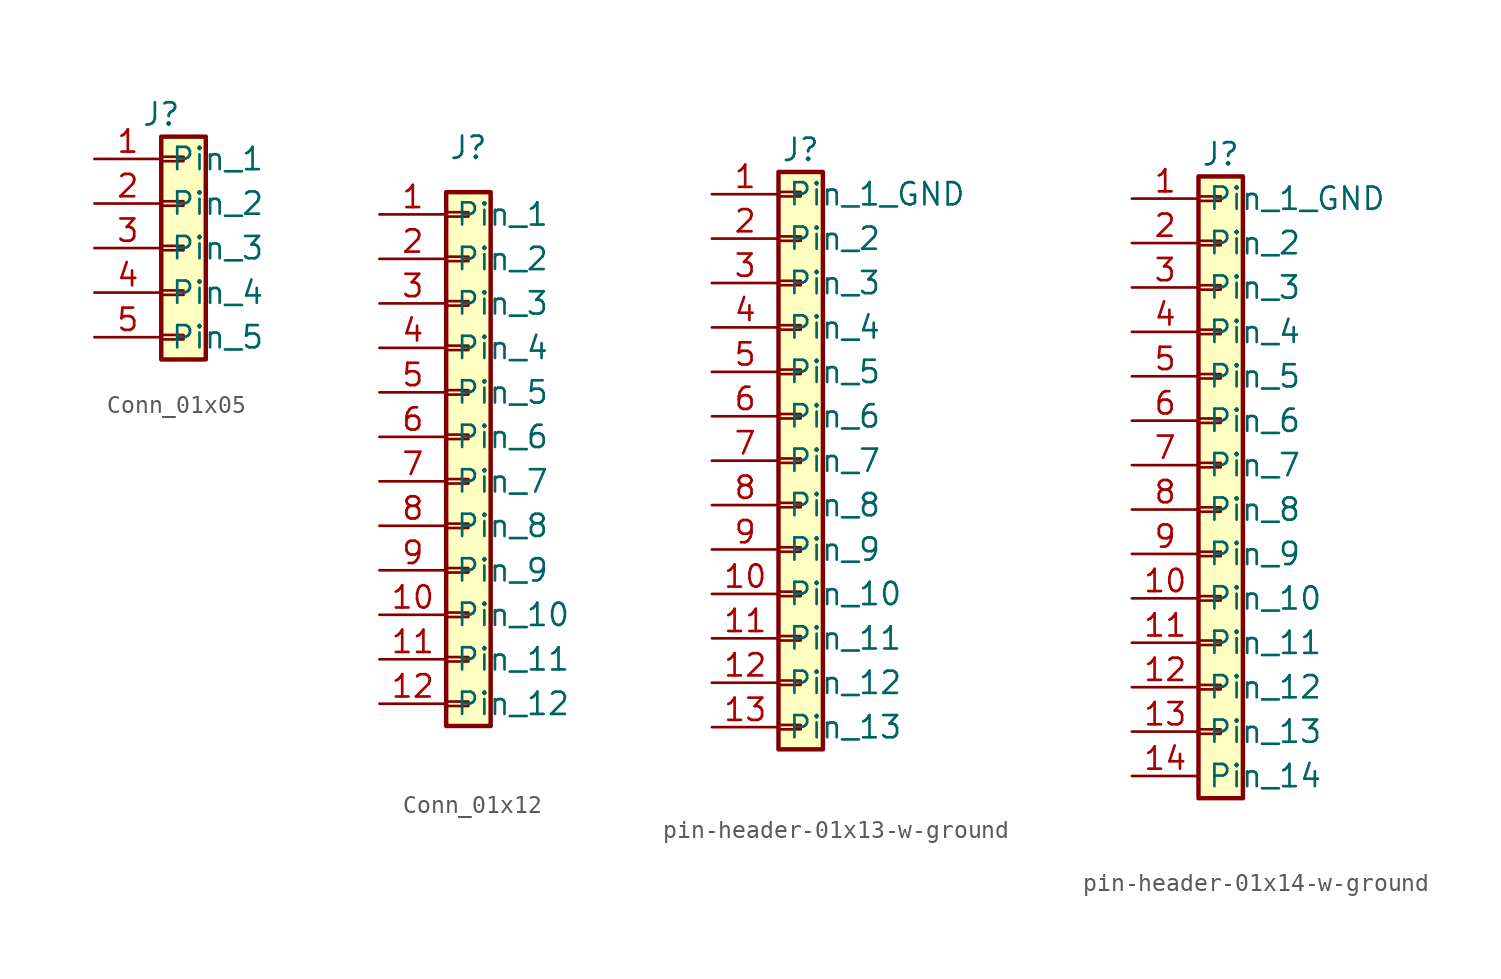
<source format=kicad_sym>
(kicad_symbol_lib
  (version 20220914)
  (generator kicad_symbol_editor)
  (symbol "Conn_01x05"
    (property "Reference" "J"
      (at -1.27 7.62 0)
      (effects (font (size 1.27 1.27))))
    (property "Value" ""
      (at 0 0 0)
      (effects (font (size 1.27 1.27))))
    (symbol "Conn_01x05_0_0"
      (pin passive line (at -5.08 -5.08 0) (length 3.81) (name "Pin_5" (effects (font (size 1.27 1.27)))) (number "5" (effects (font (size 1.27 1.27))))))
    (symbol "Conn_01x05_1_1"
      (rectangle (start -1.27 -4.953) (end 0 -5.207) (stroke (width 0.152) (type default)) (fill (type none)))
      (rectangle (start -1.27 -2.413) (end 0 -2.667) (stroke (width 0.152) (type default)) (fill (type none)))
      (rectangle (start -1.27 0.127) (end 0 -0.127) (stroke (width 0.152) (type default)) (fill (type none)))
      (rectangle (start -1.27 2.667) (end 0 2.413) (stroke (width 0.152) (type default)) (fill (type none)))
      (rectangle (start -1.27 5.207) (end 0 4.953) (stroke (width 0.152) (type default)) (fill (type none)))
      (rectangle (start -1.27 6.35) (end 1.27 -6.35) (stroke (width 0.254) (type default)) (fill (type background)))
      (pin passive line (at -5.08 5.08 0) (length 3.81) (name "Pin_1" (effects (font (size 1.27 1.27)))) (number "1" (effects (font (size 1.27 1.27)))))
      (pin passive line (at -5.08 2.54 0) (length 3.81) (name "Pin_2" (effects (font (size 1.27 1.27)))) (number "2" (effects (font (size 1.27 1.27)))))
      (pin passive line (at -5.08 0 0) (length 3.81) (name "Pin_3" (effects (font (size 1.27 1.27)))) (number "3" (effects (font (size 1.27 1.27)))))
      (pin passive line (at -5.08 -2.54 0) (length 3.81) (name "Pin_4" (effects (font (size 1.27 1.27)))) (number "4" (effects (font (size 1.27 1.27)))))))
  (symbol "Conn_01x12"
    (property "Reference" "J"
      (at 0 17.78 0)
      (effects (font (size 1.27 1.27))))
    (property "Value" ""
      (at 0 6.35 0)
      (effects (font (size 1.27 1.27))))
    (symbol "Conn_01x12_0_0"
      (pin passive line (at -5.08 3.81 0) (length 3.81) (name "Pin_5" (effects (font (size 1.27 1.27)))) (number "5" (effects (font (size 1.27 1.27)))))
      (pin passive line (at -5.08 1.27 0) (length 3.81) (name "Pin_6" (effects (font (size 1.27 1.27)))) (number "6" (effects (font (size 1.27 1.27)))))
      (pin passive line (at -5.08 -1.27 0) (length 3.81) (name "Pin_7" (effects (font (size 1.27 1.27)))) (number "7" (effects (font (size 1.27 1.27))))))
    (symbol "Conn_01x12_1_0"
      (pin passive line (at -5.08 -8.89 0) (length 3.81) (name "Pin_10" (effects (font (size 1.27 1.27)))) (number "10" (effects (font (size 1.27 1.27)))))
      (pin passive line (at -5.08 -11.43 0) (length 3.81) (name "Pin_11" (effects (font (size 1.27 1.27)))) (number "11" (effects (font (size 1.27 1.27)))))
      (pin passive line (at -5.08 -13.97 0) (length 3.81) (name "Pin_12" (effects (font (size 1.27 1.27)))) (number "12" (effects (font (size 1.27 1.27)))))
      (pin passive line (at -5.08 -3.81 0) (length 3.81) (name "Pin_8" (effects (font (size 1.27 1.27)))) (number "8" (effects (font (size 1.27 1.27)))))
      (pin passive line (at -5.08 -6.35 0) (length 3.81) (name "Pin_9" (effects (font (size 1.27 1.27)))) (number "9" (effects (font (size 1.27 1.27))))))
    (symbol "Conn_01x12_1_1"
      (rectangle (start -1.27 -13.843) (end 0 -14.097) (stroke (width 0.152) (type default)) (fill (type none)))
      (rectangle (start -1.27 -11.303) (end 0 -11.557) (stroke (width 0.152) (type default)) (fill (type none)))
      (rectangle (start -1.27 -8.763) (end 0 -9.017) (stroke (width 0.152) (type default)) (fill (type none)))
      (rectangle (start -1.27 -6.223) (end 0 -6.477) (stroke (width 0.152) (type default)) (fill (type none)))
      (rectangle (start -1.27 -3.683) (end 0 -3.937) (stroke (width 0.152) (type default)) (fill (type none)))
      (rectangle (start -1.27 -1.143) (end 0 -1.397) (stroke (width 0.152) (type default)) (fill (type none)))
      (rectangle (start -1.27 1.397) (end 0 1.143) (stroke (width 0.152) (type default)) (fill (type none)))
      (rectangle (start -1.27 3.937) (end 0 3.683) (stroke (width 0.152) (type default)) (fill (type none)))
      (rectangle (start -1.27 6.477) (end 0 6.223) (stroke (width 0.152) (type default)) (fill (type none)))
      (rectangle (start -1.27 9.017) (end 0 8.763) (stroke (width 0.152) (type default)) (fill (type none)))
      (rectangle (start -1.27 11.557) (end 0 11.303) (stroke (width 0.152) (type default)) (fill (type none)))
      (rectangle (start -1.27 14.097) (end 0 13.843) (stroke (width 0.152) (type default)) (fill (type none)))
      (rectangle (start -1.27 15.24) (end 1.27 -15.24) (stroke (width 0.254) (type default)) (fill (type background)))
      (pin passive line (at -5.08 13.97 0) (length 3.81) (name "Pin_1" (effects (font (size 1.27 1.27)))) (number "1" (effects (font (size 1.27 1.27)))))
      (pin passive line (at -5.08 11.43 0) (length 3.81) (name "Pin_2" (effects (font (size 1.27 1.27)))) (number "2" (effects (font (size 1.27 1.27)))))
      (pin passive line (at -5.08 8.89 0) (length 3.81) (name "Pin_3" (effects (font (size 1.27 1.27)))) (number "3" (effects (font (size 1.27 1.27)))))
      (pin passive line (at -5.08 6.35 0) (length 3.81) (name "Pin_4" (effects (font (size 1.27 1.27)))) (number "4" (effects (font (size 1.27 1.27)))))))
  (symbol "pin-header-01x13-w-ground"
    (property "Reference" "J"
      (at 0 0 0)
      (effects (font (size 1.27 1.27))))
    (property "Value" ""
      (at 0 0 0)
      (effects (font (size 1.27 1.27))))
    (symbol "pin-header-01x13-w-ground_0_0"
      (pin passive line (at -5.08 -12.7 0) (length 3.81) (name "Pin_5" (effects (font (size 1.27 1.27)))) (number "5" (effects (font (size 1.27 1.27)))))
      (pin passive line (at -5.08 -15.24 0) (length 3.81) (name "Pin_6" (effects (font (size 1.27 1.27)))) (number "6" (effects (font (size 1.27 1.27)))))
      (pin passive line (at -5.08 -17.78 0) (length 3.81) (name "Pin_7" (effects (font (size 1.27 1.27)))) (number "7" (effects (font (size 1.27 1.27)))))
      (pin passive line (at -5.08 -20.32 0) (length 3.81) (name "Pin_8" (effects (font (size 1.27 1.27)))) (number "8" (effects (font (size 1.27 1.27))))))
    (symbol "pin-header-01x13-w-ground_1_0"
      (pin passive line (at -5.08 -25.4 0) (length 3.81) (name "Pin_10" (effects (font (size 1.27 1.27)))) (number "10" (effects (font (size 1.27 1.27)))))
      (pin passive line (at -5.08 -27.94 0) (length 3.81) (name "Pin_11" (effects (font (size 1.27 1.27)))) (number "11" (effects (font (size 1.27 1.27)))))
      (pin passive line (at -5.08 -30.48 0) (length 3.81) (name "Pin_12" (effects (font (size 1.27 1.27)))) (number "12" (effects (font (size 1.27 1.27)))))
      (pin passive line (at -5.08 -33.02 0) (length 3.81) (name "Pin_13" (effects (font (size 1.27 1.27)))) (number "13" (effects (font (size 1.27 1.27)))))
      (pin passive line (at -5.08 -22.86 0) (length 3.81) (name "Pin_9" (effects (font (size 1.27 1.27)))) (number "9" (effects (font (size 1.27 1.27))))))
    (symbol "pin-header-01x13-w-ground_1_1"
      (rectangle (start -1.27 -32.893) (end 0 -33.147) (stroke (width 0.152) (type default)) (fill (type none)))
      (rectangle (start -1.27 -30.353) (end 0 -30.607) (stroke (width 0.152) (type default)) (fill (type none)))
      (rectangle (start -1.27 -27.813) (end 0 -28.067) (stroke (width 0.152) (type default)) (fill (type none)))
      (rectangle (start -1.27 -25.273) (end 0 -25.527) (stroke (width 0.152) (type default)) (fill (type none)))
      (rectangle (start -1.27 -22.733) (end 0 -22.987) (stroke (width 0.152) (type default)) (fill (type none)))
      (rectangle (start -1.27 -20.193) (end 0 -20.447) (stroke (width 0.152) (type default)) (fill (type none)))
      (rectangle (start -1.27 -17.653) (end 0 -17.907) (stroke (width 0.152) (type default)) (fill (type none)))
      (rectangle (start -1.27 -15.113) (end 0 -15.367) (stroke (width 0.152) (type default)) (fill (type none)))
      (rectangle (start -1.27 -12.573) (end 0 -12.827) (stroke (width 0.152) (type default)) (fill (type none)))
      (rectangle (start -1.27 -10.033) (end 0 -10.287) (stroke (width 0.152) (type default)) (fill (type none)))
      (rectangle (start -1.27 -7.493) (end 0 -7.747) (stroke (width 0.152) (type default)) (fill (type none)))
      (rectangle (start -1.27 -4.953) (end 0 -5.207) (stroke (width 0.152) (type default)) (fill (type none)))
      (rectangle (start -1.27 -2.413) (end 0 -2.667) (stroke (width 0.152) (type default)) (fill (type none)))
      (rectangle (start -1.27 -1.27) (end 1.27 -34.29) (stroke (width 0.254) (type default)) (fill (type background)))
      (pin passive line (at -5.08 -2.54 0) (length 3.81) (name "Pin_1_GND" (effects (font (size 1.27 1.27)))) (number "1" (effects (font (size 1.27 1.27)))))
      (pin passive line (at -5.08 -5.08 0) (length 3.81) (name "Pin_2" (effects (font (size 1.27 1.27)))) (number "2" (effects (font (size 1.27 1.27)))))
      (pin passive line (at -5.08 -7.62 0) (length 3.81) (name "Pin_3" (effects (font (size 1.27 1.27)))) (number "3" (effects (font (size 1.27 1.27)))))
      (pin passive line (at -5.08 -10.16 0) (length 3.81) (name "Pin_4" (effects (font (size 1.27 1.27)))) (number "4" (effects (font (size 1.27 1.27)))))))
  (symbol "pin-header-01x14-w-ground"
    (property "Reference" "J"
      (at 0 0 0)
      (effects (font (size 1.27 1.27))))
    (property "Value" ""
      (at 0 0 0)
      (effects (font (size 1.27 1.27))))
    (symbol "pin-header-01x14-w-ground_0_0"
      (pin passive line (at -5.08 -12.7 0) (length 3.81) (name "Pin_5" (effects (font (size 1.27 1.27)))) (number "5" (effects (font (size 1.27 1.27)))))
      (pin passive line (at -5.08 -15.24 0) (length 3.81) (name "Pin_6" (effects (font (size 1.27 1.27)))) (number "6" (effects (font (size 1.27 1.27)))))
      (pin passive line (at -5.08 -17.78 0) (length 3.81) (name "Pin_7" (effects (font (size 1.27 1.27)))) (number "7" (effects (font (size 1.27 1.27)))))
      (pin passive line (at -5.08 -20.32 0) (length 3.81) (name "Pin_8" (effects (font (size 1.27 1.27)))) (number "8" (effects (font (size 1.27 1.27))))))
    (symbol "pin-header-01x14-w-ground_1_0"
      (pin passive line (at -5.08 -25.4 0) (length 3.81) (name "Pin_10" (effects (font (size 1.27 1.27)))) (number "10" (effects (font (size 1.27 1.27)))))
      (pin passive line (at -5.08 -27.94 0) (length 3.81) (name "Pin_11" (effects (font (size 1.27 1.27)))) (number "11" (effects (font (size 1.27 1.27)))))
      (pin passive line (at -5.08 -30.48 0) (length 3.81) (name "Pin_12" (effects (font (size 1.27 1.27)))) (number "12" (effects (font (size 1.27 1.27)))))
      (pin passive line (at -5.08 -33.02 0) (length 3.81) (name "Pin_13" (effects (font (size 1.27 1.27)))) (number "13" (effects (font (size 1.27 1.27)))))
      (pin passive line (at -5.08 -35.56 0) (length 3.81) (name "Pin_14" (effects (font (size 1.27 1.27)))) (number "14" (effects (font (size 1.27 1.27)))))
      (pin passive line (at -5.08 -22.86 0) (length 3.81) (name "Pin_9" (effects (font (size 1.27 1.27)))) (number "9" (effects (font (size 1.27 1.27))))))
    (symbol "pin-header-01x14-w-ground_1_1"
      (rectangle (start -1.27 -32.893) (end 0 -33.147) (stroke (width 0.152) (type default)) (fill (type none)))
      (rectangle (start -1.27 -30.353) (end 0 -30.607) (stroke (width 0.152) (type default)) (fill (type none)))
      (rectangle (start -1.27 -27.813) (end 0 -28.067) (stroke (width 0.152) (type default)) (fill (type none)))
      (rectangle (start -1.27 -25.273) (end 0 -25.527) (stroke (width 0.152) (type default)) (fill (type none)))
      (rectangle (start -1.27 -22.733) (end 0 -22.987) (stroke (width 0.152) (type default)) (fill (type none)))
      (rectangle (start -1.27 -20.193) (end 0 -20.447) (stroke (width 0.152) (type default)) (fill (type none)))
      (rectangle (start -1.27 -17.653) (end 0 -17.907) (stroke (width 0.152) (type default)) (fill (type none)))
      (rectangle (start -1.27 -15.113) (end 0 -15.367) (stroke (width 0.152) (type default)) (fill (type none)))
      (rectangle (start -1.27 -12.573) (end 0 -12.827) (stroke (width 0.152) (type default)) (fill (type none)))
      (rectangle (start -1.27 -10.033) (end 0 -10.287) (stroke (width 0.152) (type default)) (fill (type none)))
      (rectangle (start -1.27 -7.493) (end 0 -7.747) (stroke (width 0.152) (type default)) (fill (type none)))
      (rectangle (start -1.27 -4.953) (end 0 -5.207) (stroke (width 0.152) (type default)) (fill (type none)))
      (rectangle (start -1.27 -2.413) (end 0 -2.667) (stroke (width 0.152) (type default)) (fill (type none)))
      (rectangle (start -1.27 -1.27) (end 1.27 -36.83) (stroke (width 0.254) (type default)) (fill (type background)))
      (pin passive line (at -5.08 -2.54 0) (length 3.81) (name "Pin_1_GND" (effects (font (size 1.27 1.27)))) (number "1" (effects (font (size 1.27 1.27)))))
      (pin passive line (at -5.08 -5.08 0) (length 3.81) (name "Pin_2" (effects (font (size 1.27 1.27)))) (number "2" (effects (font (size 1.27 1.27)))))
      (pin passive line (at -5.08 -7.62 0) (length 3.81) (name "Pin_3" (effects (font (size 1.27 1.27)))) (number "3" (effects (font (size 1.27 1.27)))))
      (pin passive line (at -5.08 -10.16 0) (length 3.81) (name "Pin_4" (effects (font (size 1.27 1.27)))) (number "4" (effects (font (size 1.27 1.27))))))))
</source>
